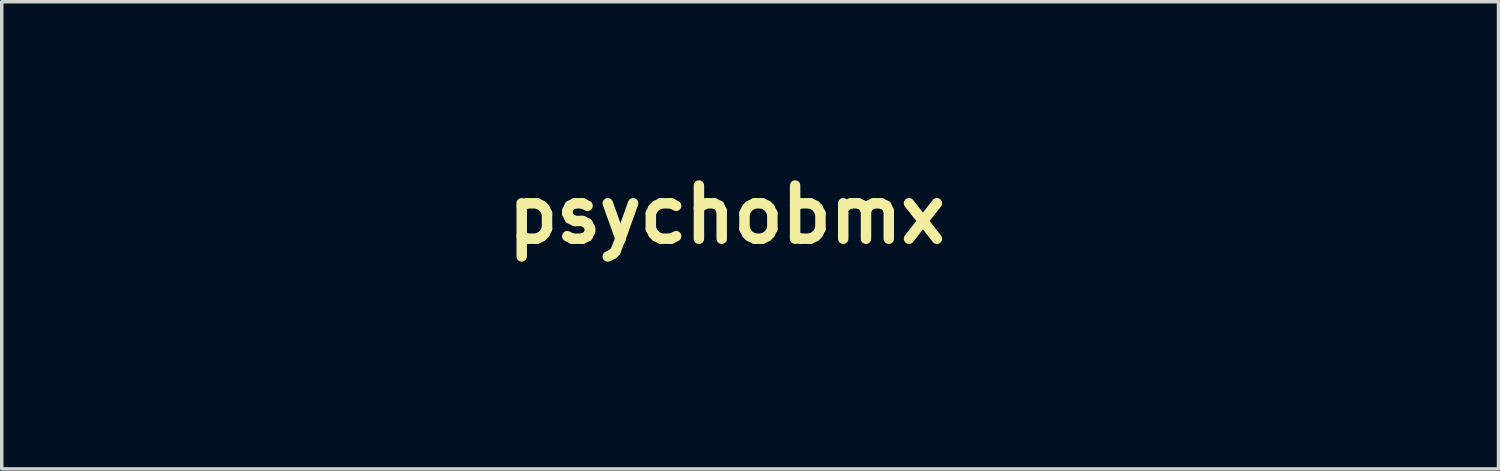
<source format=kicad_pcb>
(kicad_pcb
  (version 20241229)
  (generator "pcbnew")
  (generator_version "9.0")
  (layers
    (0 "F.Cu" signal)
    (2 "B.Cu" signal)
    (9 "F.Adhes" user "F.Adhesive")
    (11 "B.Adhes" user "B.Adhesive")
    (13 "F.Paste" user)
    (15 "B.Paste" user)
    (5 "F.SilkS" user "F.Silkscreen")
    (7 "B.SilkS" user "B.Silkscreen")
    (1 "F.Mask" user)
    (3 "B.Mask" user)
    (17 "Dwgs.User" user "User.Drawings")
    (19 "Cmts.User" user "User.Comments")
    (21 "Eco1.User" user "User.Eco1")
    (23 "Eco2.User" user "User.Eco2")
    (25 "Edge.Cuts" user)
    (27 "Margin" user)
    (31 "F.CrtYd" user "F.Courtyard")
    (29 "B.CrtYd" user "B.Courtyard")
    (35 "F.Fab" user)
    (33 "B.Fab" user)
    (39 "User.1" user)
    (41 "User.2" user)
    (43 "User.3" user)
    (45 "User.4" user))
  (footprint "psychobmx"
    (layer "F.Cu")
    (at 17.785 3.104)
    (property "Reference" "psychobmx" (at 0 0 0) (layer "F.SilkS") (effects (font (size 1.524 1.524) (thickness 0.3))))
    (attr through_hole)
    (fp_poly (pts (xy 7.058 -2.991) (xy 7.838 -2.932) (xy 8.363 -2.86) (xy 8.717 -2.755) (xy 8.985 -2.593) (xy 9.174 -2.426) (xy 9.652 -1.969) (xy 9.652 -3.048) (xy 10.743 -3.048) (xy 11.319 -3.025) (xy 11.75 -2.966) (xy 11.93 -2.891) (xy 11.998 -2.66) (xy 12.092 -2.183) (xy 12.195 -1.549) (xy 12.228 -1.325) (xy 12.325 -0.702) (xy 12.408 -0.357) (xy 12.485 -0.3) (xy 12.565 -0.543) (xy 12.656 -1.099) (xy 12.767 -1.98) (xy 12.779 -2.074) (xy 12.894 -3.048) (xy 16.588 -3.048) (xy 16.694 -2.582) (xy 16.873 -1.835) (xy 16.998 -1.419) (xy 17.07 -1.33) (xy 17.088 -1.439) (xy 17.144 -1.826) (xy 17.259 -2.334) (xy 17.281 -2.413) (xy 17.411 -2.804) (xy 17.589 -2.989) (xy 17.928 -3.044) (xy 18.223 -3.048) (xy 18.691 -3.029) (xy 18.896 -2.949) (xy 18.91 -2.778) (xy 18.903 -2.752) (xy 18.832 -2.451) (xy 18.719 -1.92) (xy 18.587 -1.262) (xy 18.556 -1.101) (xy 18.446 -0.513) (xy 18.389 -0.061) (xy 18.39 0.35) (xy 18.457 0.816) (xy 18.596 1.43) (xy 18.783 2.17) (xy 19 3.037) (xy 19.117 3.627) (xy 19.12 3.989) (xy 18.993 4.173) (xy 18.723 4.231) (xy 18.294 4.211) (xy 18.182 4.202) (xy 17.531 4.149) (xy 17.262 2.963) (xy 16.994 1.778) (xy 16.867 2.709) (xy 16.767 3.427) (xy 16.659 3.875) (xy 16.47 4.117) (xy 16.13 4.216) (xy 15.567 4.234) (xy 15.144 4.233) (xy 13.716 4.233) (xy 13.695 2.074) (xy 13.678 0.254) (xy 15.283 0.254) (xy 15.296 0.603) (xy 15.335 0.692) (xy 15.356 0.637) (xy 15.388 0.23) (xy 15.36 -0.04) (xy 15.315 -0.134) (xy 15.287 0.069) (xy 15.283 0.254) (xy 13.678 0.254) (xy 13.675 -0.085) (xy 13.457 1.27) (xy 13.336 2.041) (xy 13.22 2.8) (xy 13.134 3.392) (xy 13.129 3.429) (xy 13.047 3.913) (xy 12.929 4.149) (xy 12.699 4.227) (xy 12.453 4.233) (xy 11.888 4.233) (xy 11.682 2.752) (xy 11.53 1.696) (xy 11.415 0.969) (xy 11.329 0.565) (xy 11.27 0.476) (xy 11.231 0.697) (xy 11.207 1.22) (xy 11.195 2.038) (xy 11.195 2.074) (xy 11.176 4.233) (xy 10.414 4.233) (xy 9.915 4.201) (xy 9.687 4.091) (xy 9.652 3.973) (xy 9.595 3.805) (xy 9.37 3.866) (xy 9.306 3.899) (xy 8.996 3.986) (xy 8.438 4.072) (xy 7.72 4.147) (xy 7.189 4.184) (xy 5.419 4.284) (xy 5.413 3.793) (xy 5.39 3.475) (xy 5.305 3.452) (xy 5.202 3.571) (xy 4.669 4.004) (xy 3.9 4.212) (xy 3.474 4.233) (xy 2.851 4.169) (xy 2.28 4.003) (xy 1.858 3.772) (xy 1.677 3.515) (xy 1.676 3.509) (xy 1.629 3.49) (xy 1.543 3.725) (xy 1.432 3.979) (xy 1.216 4.116) (xy 0.798 4.182) (xy 0.543 4.2) (xy -0.339 4.251) (xy -0.339 2.718) (xy -0.349 1.968) (xy -0.386 1.501) (xy -0.459 1.258) (xy -0.577 1.186) (xy -0.586 1.185) (xy -0.712 1.258) (xy -0.797 1.512) (xy -0.851 2.002) (xy -0.882 2.667) (xy -0.931 4.149) (xy -1.82 4.2) (xy -2.337 4.219) (xy -2.601 4.175) (xy -2.697 4.033) (xy -2.709 3.824) (xy -2.709 3.397) (xy -3.326 3.815) (xy -4.024 4.136) (xy -4.794 4.248) (xy -5.548 4.163) (xy -6.198 3.894) (xy -6.659 3.456) (xy -6.74 3.307) (xy -6.828 2.951) (xy -6.899 2.349) (xy -6.946 1.592) (xy -6.96 1.05) (xy -6.964 0.58) (xy -5.08 0.58) (xy -5.074 1.57) (xy -5.054 2.267) (xy -5.016 2.715) (xy -4.954 2.96) (xy -4.865 3.046) (xy -4.844 3.048) (xy -4.586 2.911) (xy -4.505 2.78) (xy -4.433 2.428) (xy -4.403 1.951) (xy -4.403 1.943) (xy -4.385 1.598) (xy -4.271 1.424) (xy -3.972 1.35) (xy -3.598 1.322) (xy -3.111 1.275) (xy -2.867 1.173) (xy -2.769 0.947) (xy -2.741 0.72) (xy -2.729 0.593) (xy 3.217 0.593) (xy 3.222 1.568) (xy 3.24 2.252) (xy 3.276 2.694) (xy 3.334 2.94) (xy 3.421 3.039) (xy 3.471 3.048) (xy 3.572 3.001) (xy 3.643 2.829) (xy 3.689 2.484) (xy 3.713 1.947) (xy 7.281 1.947) (xy 7.296 2.492) (xy 7.354 2.771) (xy 7.481 2.855) (xy 7.578 2.846) (xy 7.762 2.737) (xy 7.852 2.448) (xy 7.874 1.947) (xy 7.848 1.419) (xy 7.752 1.145) (xy 7.578 1.048) (xy 7.408 1.062) (xy 7.318 1.234) (xy 7.284 1.636) (xy 7.281 1.947) (xy 3.713 1.947) (xy 3.714 1.918) (xy 3.724 1.083) (xy 3.725 0.593) (xy 3.723 0.215) (xy 8.948 0.215) (xy 8.951 0.347) (xy 9.093 0.466) (xy 9.438 0.658) (xy 9.612 0.569) (xy 9.652 0.27) (xy 9.621 -0.008) (xy 9.461 -0.037) (xy 9.23 0.058) (xy 8.948 0.215) (xy 3.723 0.215) (xy 3.72 -0.383) (xy 3.706 -0.944) (xy 7.281 -0.944) (xy 7.314 -0.435) (xy 7.426 -0.201) (xy 7.532 -0.169) (xy 7.759 -0.314) (xy 7.886 -0.579) (xy 7.943 -1.155) (xy 7.798 -1.537) (xy 7.576 -1.661) (xy 7.393 -1.641) (xy 7.305 -1.438) (xy 7.281 -0.977) (xy 7.281 -0.944) (xy 3.706 -0.944) (xy 3.703 -1.067) (xy 3.667 -1.509) (xy 3.608 -1.755) (xy 3.522 -1.854) (xy 3.471 -1.863) (xy 3.37 -1.816) (xy 3.3 -1.644) (xy 3.254 -1.299) (xy 3.228 -0.733) (xy 3.218 0.102) (xy 3.217 0.593) (xy -2.729 0.593) (xy -2.688 0.169) (xy -4.386 0.169) (xy -4.437 -0.803) (xy -4.489 -1.383) (xy -4.588 -1.699) (xy -4.757 -1.825) (xy -4.784 -1.831) (xy -4.899 -1.828) (xy -4.98 -1.733) (xy -5.033 -1.497) (xy -5.063 -1.072) (xy -5.077 -0.409) (xy -5.08 0.543) (xy -5.08 0.58) (xy -6.964 0.58) (xy -6.976 -0.762) (xy -7.374 0.423) (xy -7.698 1.764) (xy -7.781 2.921) (xy -7.789 4.233) (xy -9.483 4.233) (xy -9.483 2.855) (xy -9.6 1.334) (xy -9.829 0.315) (xy -10.174 -0.847) (xy -11.099 -0.847) (xy -11.628 -0.855) (xy -11.903 -0.912) (xy -12.007 -1.063) (xy -12.023 -1.354) (xy -12.023 -1.355) (xy -12.098 -1.758) (xy -12.277 -1.863) (xy -12.478 -1.711) (xy -12.531 -1.36) (xy -12.48 -1.043) (xy -12.289 -0.747) (xy -11.896 -0.395) (xy -11.6 -0.17) (xy -11.079 0.245) (xy -10.642 0.647) (xy -10.406 0.92) (xy -10.234 1.376) (xy -10.139 2.021) (xy -10.129 2.709) (xy -10.215 3.297) (xy -10.23 3.346) (xy -10.54 3.778) (xy -11.125 4.076) (xy -11.939 4.222) (xy -12.281 4.233) (xy -12.873 4.208) (xy -13.265 4.102) (xy -13.596 3.866) (xy -13.729 3.738) (xy -14.041 3.366) (xy -14.187 2.972) (xy -14.224 2.403) (xy -14.224 2.384) (xy -14.224 1.524) (xy -12.531 1.524) (xy -12.531 2.298) (xy -12.51 2.775) (xy -12.427 2.99) (xy -12.25 3.019) (xy -12.234 3.016) (xy -12.015 2.855) (xy -11.939 2.448) (xy -11.938 2.378) (xy -11.974 2.035) (xy -12.121 1.746) (xy -12.442 1.425) (xy -12.863 1.091) (xy -13.788 0.384) (xy -14.087 0.765) (xy -14.547 1.096) (xy -15.145 1.26) (xy -15.904 1.373) (xy -15.953 2.761) (xy -16.002 4.149) (xy -16.891 4.2) (xy -17.78 4.251) (xy -17.78 -0.847) (xy -15.917 -0.847) (xy -15.89 -0.314) (xy -15.796 -0.054) (xy -15.663 0) (xy -15.504 -0.091) (xy -15.426 -0.404) (xy -15.409 -0.847) (xy -15.437 -1.379) (xy -15.531 -1.639) (xy -15.663 -1.693) (xy -15.823 -1.603) (xy -15.901 -1.289) (xy -15.917 -0.847) (xy -17.78 -0.847) (xy -17.78 -3.099) (xy -16.219 -2.988) (xy -15.292 -2.893) (xy -14.677 -2.763) (xy -14.408 -2.627) (xy -14.186 -2.471) (xy -13.966 -2.558) (xy -13.843 -2.663) (xy -13.47 -2.843) (xy -12.885 -2.969) (xy -12.211 -3.031) (xy -11.573 -3.018) (xy -11.094 -2.92) (xy -11.03 -2.891) (xy -10.743 -2.786) (xy -10.668 -2.882) (xy -10.511 -2.992) (xy -10.074 -3.024) (xy -9.865 -3.015) (xy -9.062 -2.963) (xy -8.851 -1.794) (xy -8.739 -1.208) (xy -8.645 -0.771) (xy -8.587 -0.573) (xy -8.586 -0.57) (xy -8.534 -0.697) (xy -8.447 -1.081) (xy -8.342 -1.647) (xy -8.319 -1.782) (xy -8.106 -3.048) (xy -7.284 -3.048) (xy -6.779 -3.011) (xy -6.457 -2.915) (xy -6.398 -2.854) (xy -6.266 -2.745) (xy -5.972 -2.854) (xy -5.599 -2.965) (xy -5.042 -3.035) (xy -4.681 -3.048) (xy -4.052 -3.011) (xy -3.608 -2.872) (xy -3.23 -2.61) (xy -2.709 -2.171) (xy -2.709 -2.618) (xy -2.69 -2.877) (xy -2.573 -3.003) (xy -2.276 -3.034) (xy -1.82 -3.015) (xy -0.931 -2.963) (xy -0.882 -1.639) (xy -0.836 -0.922) (xy -0.763 -0.512) (xy -0.654 -0.379) (xy -0.628 -0.383) (xy -0.506 -0.592) (xy -0.418 -1.105) (xy -0.374 -1.758) (xy -0.324 -3.065) (xy 0.551 -3.014) (xy 1.078 -2.964) (xy 1.364 -2.86) (xy 1.505 -2.657) (xy 1.543 -2.54) (xy 1.632 -2.3) (xy 1.676 -2.324) (xy 1.852 -2.584) (xy 2.277 -2.815) (xy 2.859 -2.981) (xy 3.511 -3.048) (xy 3.535 -3.048) (xy 4.166 -2.996) (xy 4.635 -2.804) (xy 4.898 -2.61) (xy 5.419 -2.171) (xy 5.419 -3.099) (xy 7.058 -2.991)) (stroke (width 0.01) (type solid)) (fill yes) (layer "F.Mask")))
  (gr_rect
    (start -3 -3)
    (end 39.91 10.393)
    (stroke (width 0.1) (type default))
    (fill no)
    (layer "Edge.Cuts")))
</source>
